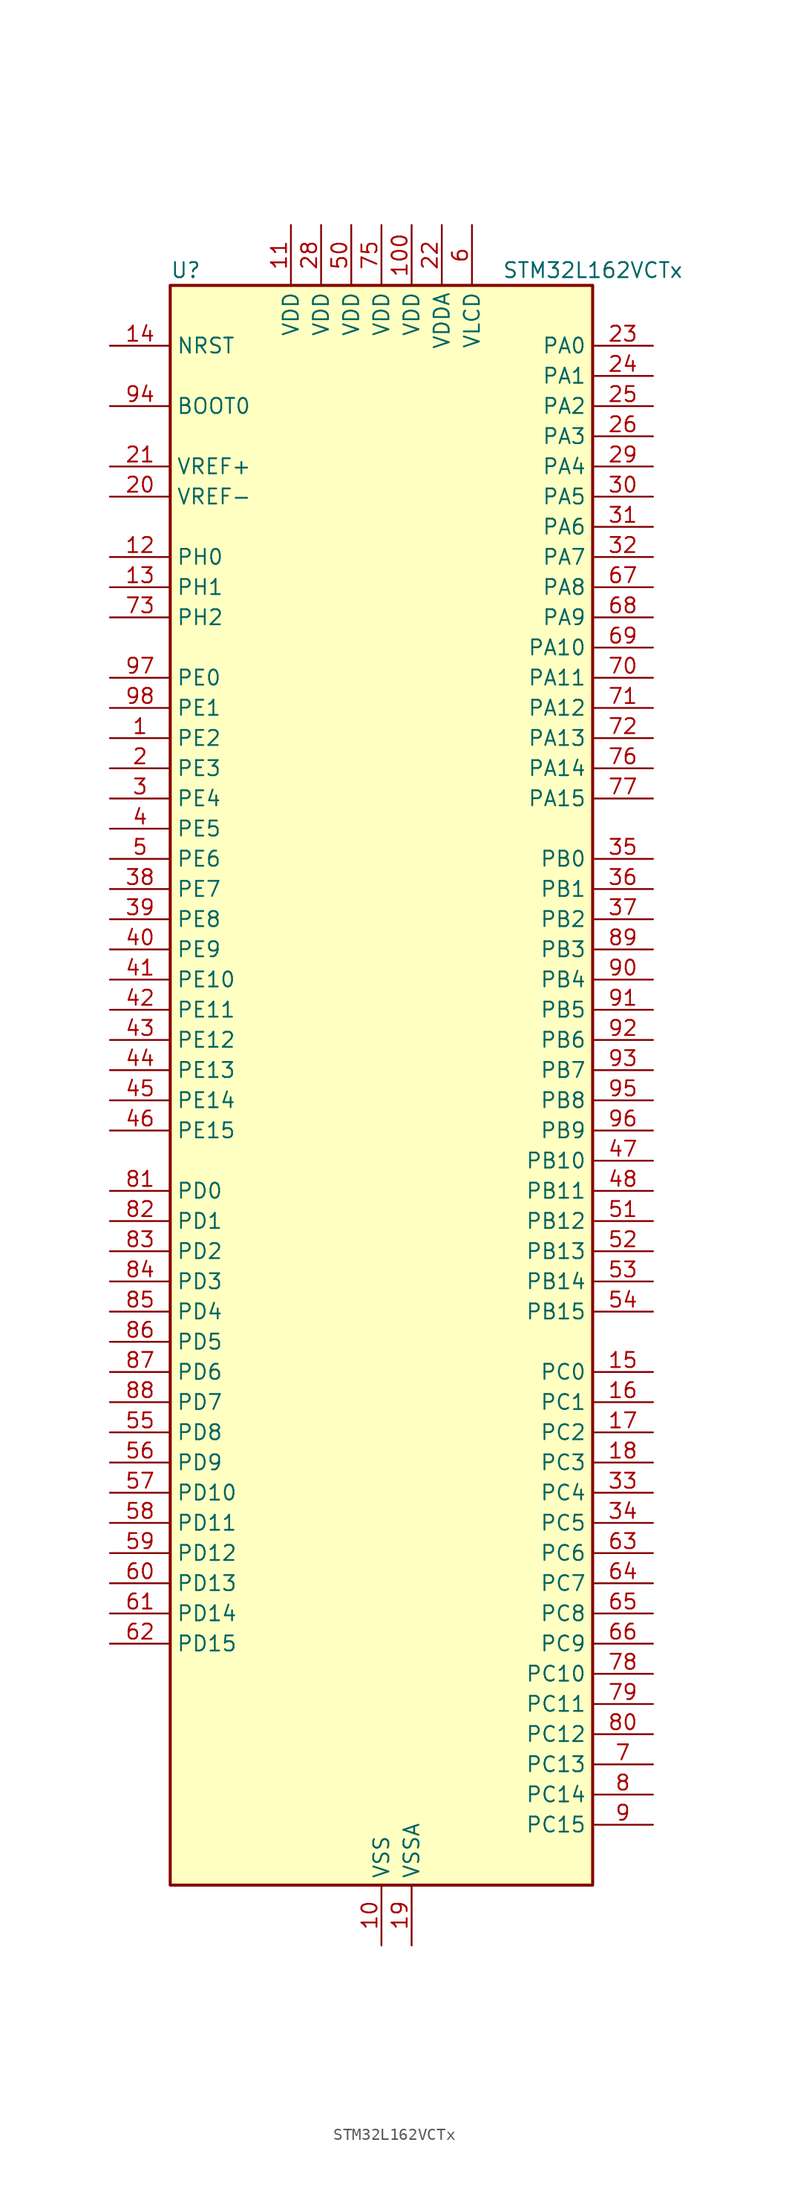
<source format=kicad_sym>
(kicad_symbol_lib
  (version 20241209)
  (generator "kicad_symbol_editor")
  (generator_version "9.0")
  (symbol "STM32L162VCTx"
    (property "Reference" "U"
      (at -17.78 69.85 0)
      (effects (font (size 1.27 1.27)) (justify left)))
    (property "Value" "STM32L162VCTx"
      (at 10.16 69.85 0)
      (effects (font (size 1.27 1.27)) (justify left)))
    (symbol "STM32L162VCTx_0_1"
      (rectangle (start -17.78 -66.04) (end 17.78 68.58) (stroke (width 0.254) (type default)) (fill (type background))))
    (symbol "STM32L162VCTx_1_1"
      (pin input line (at -22.86 63.5 0) (length 5.08) (name "NRST" (effects (font (size 1.27 1.27)))) (number "14" (effects (font (size 1.27 1.27)))))
      (pin input line (at -22.86 58.42 0) (length 5.08) (name "BOOT0" (effects (font (size 1.27 1.27)))) (number "94" (effects (font (size 1.27 1.27)))))
      (pin input line (at -22.86 53.34 0) (length 5.08) (name "VREF+" (effects (font (size 1.27 1.27)))) (number "21" (effects (font (size 1.27 1.27)))))
      (pin input line (at -22.86 50.8 0) (length 5.08) (name "VREF-" (effects (font (size 1.27 1.27)))) (number "20" (effects (font (size 1.27 1.27)))))
      (pin bidirectional line (at -22.86 45.72 0) (length 5.08) (name "PH0" (effects (font (size 1.27 1.27)))) (number "12" (effects (font (size 1.27 1.27)))) (alternate "RCC_OSC_IN" bidirectional line))
      (pin bidirectional line (at -22.86 43.18 0) (length 5.08) (name "PH1" (effects (font (size 1.27 1.27)))) (number "13" (effects (font (size 1.27 1.27)))) (alternate "RCC_OSC_OUT" bidirectional line))
      (pin bidirectional line (at -22.86 40.64 0) (length 5.08) (name "PH2" (effects (font (size 1.27 1.27)))) (number "73" (effects (font (size 1.27 1.27)))))
      (pin bidirectional line (at -22.86 35.56 0) (length 5.08) (name "PE0" (effects (font (size 1.27 1.27)))) (number "97" (effects (font (size 1.27 1.27)))) (alternate "LCD_SEG36" bidirectional line) (alternate "TIM10_CH1" bidirectional line) (alternate "TIM4_ETR" bidirectional line) (alternate "TIMX_IC1" bidirectional line))
      (pin bidirectional line (at -22.86 33.02 0) (length 5.08) (name "PE1" (effects (font (size 1.27 1.27)))) (number "98" (effects (font (size 1.27 1.27)))) (alternate "LCD_SEG37" bidirectional line) (alternate "TIM11_CH1" bidirectional line) (alternate "TIMX_IC2" bidirectional line))
      (pin bidirectional line (at -22.86 30.48 0) (length 5.08) (name "PE2" (effects (font (size 1.27 1.27)))) (number "1" (effects (font (size 1.27 1.27)))) (alternate "LCD_SEG38" bidirectional line) (alternate "SYS_TRACECK" bidirectional line) (alternate "TIM3_ETR" bidirectional line) (alternate "TIMX_IC3" bidirectional line))
      (pin bidirectional line (at -22.86 27.94 0) (length 5.08) (name "PE3" (effects (font (size 1.27 1.27)))) (number "2" (effects (font (size 1.27 1.27)))) (alternate "LCD_SEG39" bidirectional line) (alternate "SYS_TRACED0" bidirectional line) (alternate "TIM3_CH1" bidirectional line) (alternate "TIMX_IC4" bidirectional line))
      (pin bidirectional line (at -22.86 25.4 0) (length 5.08) (name "PE4" (effects (font (size 1.27 1.27)))) (number "3" (effects (font (size 1.27 1.27)))) (alternate "SYS_TRACED1" bidirectional line) (alternate "TIM3_CH2" bidirectional line) (alternate "TIMX_IC1" bidirectional line))
      (pin bidirectional line (at -22.86 22.86 0) (length 5.08) (name "PE5" (effects (font (size 1.27 1.27)))) (number "4" (effects (font (size 1.27 1.27)))) (alternate "SYS_TRACED2" bidirectional line) (alternate "TIM9_CH1" bidirectional line) (alternate "TIMX_IC2" bidirectional line))
      (pin bidirectional line (at -22.86 20.32 0) (length 5.08) (name "PE6" (effects (font (size 1.27 1.27)))) (number "5" (effects (font (size 1.27 1.27)))) (alternate "RTC_TAMP3" bidirectional line) (alternate "SYS_TRACED3" bidirectional line) (alternate "SYS_WKUP3" bidirectional line) (alternate "TIM9_CH2" bidirectional line) (alternate "TIMX_IC3" bidirectional line))
      (pin bidirectional line (at -22.86 17.78 0) (length 5.08) (name "PE7" (effects (font (size 1.27 1.27)))) (number "38" (effects (font (size 1.27 1.27)))) (alternate "ADC_IN22" bidirectional line) (alternate "COMP1_INP" bidirectional line) (alternate "TIMX_IC4" bidirectional line))
      (pin bidirectional line (at -22.86 15.24 0) (length 5.08) (name "PE8" (effects (font (size 1.27 1.27)))) (number "39" (effects (font (size 1.27 1.27)))) (alternate "ADC_IN23" bidirectional line) (alternate "COMP1_INP" bidirectional line) (alternate "TIMX_IC1" bidirectional line))
      (pin bidirectional line (at -22.86 12.7 0) (length 5.08) (name "PE9" (effects (font (size 1.27 1.27)))) (number "40" (effects (font (size 1.27 1.27)))) (alternate "ADC_IN24" bidirectional line) (alternate "COMP1_INP" bidirectional line) (alternate "DAC_EXTI9" bidirectional line) (alternate "TIM2_CH1" bidirectional line) (alternate "TIM2_ETR" bidirectional line) (alternate "TIM5_ETR" bidirectional line) (alternate "TIMX_IC2" bidirectional line))
      (pin bidirectional line (at -22.86 10.16 0) (length 5.08) (name "PE10" (effects (font (size 1.27 1.27)))) (number "41" (effects (font (size 1.27 1.27)))) (alternate "ADC_IN25" bidirectional line) (alternate "COMP1_INP" bidirectional line) (alternate "TIM2_CH2" bidirectional line) (alternate "TIMX_IC3" bidirectional line))
      (pin bidirectional line (at -22.86 7.62 0) (length 5.08) (name "PE11" (effects (font (size 1.27 1.27)))) (number "42" (effects (font (size 1.27 1.27)))) (alternate "ADC_EXTI11" bidirectional line) (alternate "TIM2_CH3" bidirectional line) (alternate "TIMX_IC4" bidirectional line))
      (pin bidirectional line (at -22.86 5.08 0) (length 5.08) (name "PE12" (effects (font (size 1.27 1.27)))) (number "43" (effects (font (size 1.27 1.27)))) (alternate "SPI1_NSS" bidirectional line) (alternate "TIM2_CH4" bidirectional line) (alternate "TIMX_IC1" bidirectional line))
      (pin bidirectional line (at -22.86 2.54 0) (length 5.08) (name "PE13" (effects (font (size 1.27 1.27)))) (number "44" (effects (font (size 1.27 1.27)))) (alternate "SPI1_SCK" bidirectional line) (alternate "TIMX_IC2" bidirectional line))
      (pin bidirectional line (at -22.86 0 0) (length 5.08) (name "PE14" (effects (font (size 1.27 1.27)))) (number "45" (effects (font (size 1.27 1.27)))) (alternate "SPI1_MISO" bidirectional line) (alternate "TIMX_IC3" bidirectional line))
      (pin bidirectional line (at -22.86 -2.54 0) (length 5.08) (name "PE15" (effects (font (size 1.27 1.27)))) (number "46" (effects (font (size 1.27 1.27)))) (alternate "ADC_EXTI15" bidirectional line) (alternate "SPI1_MOSI" bidirectional line) (alternate "TIMX_IC4" bidirectional line))
      (pin bidirectional line (at -22.86 -7.62 0) (length 5.08) (name "PD0" (effects (font (size 1.27 1.27)))) (number "81" (effects (font (size 1.27 1.27)))) (alternate "I2S2_WS" bidirectional line) (alternate "SPI2_NSS" bidirectional line) (alternate "TIM9_CH1" bidirectional line) (alternate "TIMX_IC1" bidirectional line))
      (pin bidirectional line (at -22.86 -10.16 0) (length 5.08) (name "PD1" (effects (font (size 1.27 1.27)))) (number "82" (effects (font (size 1.27 1.27)))) (alternate "I2S2_CK" bidirectional line) (alternate "SPI2_SCK" bidirectional line) (alternate "TIMX_IC2" bidirectional line))
      (pin bidirectional line (at -22.86 -12.7 0) (length 5.08) (name "PD2" (effects (font (size 1.27 1.27)))) (number "83" (effects (font (size 1.27 1.27)))) (alternate "LCD_COM7" bidirectional line) (alternate "LCD_SEG31" bidirectional line) (alternate "LCD_SEG43" bidirectional line) (alternate "TIM3_ETR" bidirectional line) (alternate "TIMX_IC3" bidirectional line))
      (pin bidirectional line (at -22.86 -15.24 0) (length 5.08) (name "PD3" (effects (font (size 1.27 1.27)))) (number "84" (effects (font (size 1.27 1.27)))) (alternate "SPI2_MISO" bidirectional line) (alternate "TIMX_IC4" bidirectional line) (alternate "USART2_CTS" bidirectional line))
      (pin bidirectional line (at -22.86 -17.78 0) (length 5.08) (name "PD4" (effects (font (size 1.27 1.27)))) (number "85" (effects (font (size 1.27 1.27)))) (alternate "I2S2_SD" bidirectional line) (alternate "SPI2_MOSI" bidirectional line) (alternate "TIMX_IC1" bidirectional line) (alternate "USART2_RTS" bidirectional line))
      (pin bidirectional line (at -22.86 -20.32 0) (length 5.08) (name "PD5" (effects (font (size 1.27 1.27)))) (number "86" (effects (font (size 1.27 1.27)))) (alternate "TIMX_IC2" bidirectional line) (alternate "USART2_TX" bidirectional line))
      (pin bidirectional line (at -22.86 -22.86 0) (length 5.08) (name "PD6" (effects (font (size 1.27 1.27)))) (number "87" (effects (font (size 1.27 1.27)))) (alternate "TIMX_IC3" bidirectional line) (alternate "USART2_RX" bidirectional line))
      (pin bidirectional line (at -22.86 -25.4 0) (length 5.08) (name "PD7" (effects (font (size 1.27 1.27)))) (number "88" (effects (font (size 1.27 1.27)))) (alternate "TIM9_CH2" bidirectional line) (alternate "TIMX_IC4" bidirectional line) (alternate "USART2_CK" bidirectional line))
      (pin bidirectional line (at -22.86 -27.94 0) (length 5.08) (name "PD8" (effects (font (size 1.27 1.27)))) (number "55" (effects (font (size 1.27 1.27)))) (alternate "LCD_SEG28" bidirectional line) (alternate "TIMX_IC1" bidirectional line) (alternate "USART3_TX" bidirectional line))
      (pin bidirectional line (at -22.86 -30.48 0) (length 5.08) (name "PD9" (effects (font (size 1.27 1.27)))) (number "56" (effects (font (size 1.27 1.27)))) (alternate "DAC_EXTI9" bidirectional line) (alternate "LCD_SEG29" bidirectional line) (alternate "TIMX_IC2" bidirectional line) (alternate "USART3_RX" bidirectional line))
      (pin bidirectional line (at -22.86 -33.02 0) (length 5.08) (name "PD10" (effects (font (size 1.27 1.27)))) (number "57" (effects (font (size 1.27 1.27)))) (alternate "LCD_SEG30" bidirectional line) (alternate "TIMX_IC3" bidirectional line) (alternate "USART3_CK" bidirectional line))
      (pin bidirectional line (at -22.86 -35.56 0) (length 5.08) (name "PD11" (effects (font (size 1.27 1.27)))) (number "58" (effects (font (size 1.27 1.27)))) (alternate "ADC_EXTI11" bidirectional line) (alternate "LCD_SEG31" bidirectional line) (alternate "TIMX_IC4" bidirectional line) (alternate "USART3_CTS" bidirectional line))
      (pin bidirectional line (at -22.86 -38.1 0) (length 5.08) (name "PD12" (effects (font (size 1.27 1.27)))) (number "59" (effects (font (size 1.27 1.27)))) (alternate "LCD_SEG32" bidirectional line) (alternate "TIM4_CH1" bidirectional line) (alternate "TIMX_IC1" bidirectional line) (alternate "USART3_RTS" bidirectional line))
      (pin bidirectional line (at -22.86 -40.64 0) (length 5.08) (name "PD13" (effects (font (size 1.27 1.27)))) (number "60" (effects (font (size 1.27 1.27)))) (alternate "LCD_SEG33" bidirectional line) (alternate "TIM4_CH2" bidirectional line) (alternate "TIMX_IC2" bidirectional line))
      (pin bidirectional line (at -22.86 -43.18 0) (length 5.08) (name "PD14" (effects (font (size 1.27 1.27)))) (number "61" (effects (font (size 1.27 1.27)))) (alternate "LCD_SEG34" bidirectional line) (alternate "TIM4_CH3" bidirectional line) (alternate "TIMX_IC3" bidirectional line))
      (pin bidirectional line (at -22.86 -45.72 0) (length 5.08) (name "PD15" (effects (font (size 1.27 1.27)))) (number "62" (effects (font (size 1.27 1.27)))) (alternate "ADC_EXTI15" bidirectional line) (alternate "LCD_SEG35" bidirectional line) (alternate "TIM4_CH4" bidirectional line) (alternate "TIMX_IC4" bidirectional line))
      (pin power_in line (at -7.62 73.66 270) (length 5.08) (name "VDD" (effects (font (size 1.27 1.27)))) (number "11" (effects (font (size 1.27 1.27)))))
      (pin power_in line (at -5.08 73.66 270) (length 5.08) (name "VDD" (effects (font (size 1.27 1.27)))) (number "28" (effects (font (size 1.27 1.27)))))
      (pin power_in line (at -2.54 73.66 270) (length 5.08) (name "VDD" (effects (font (size 1.27 1.27)))) (number "50" (effects (font (size 1.27 1.27)))))
      (pin power_in line (at 0 73.66 270) (length 5.08) (name "VDD" (effects (font (size 1.27 1.27)))) (number "75" (effects (font (size 1.27 1.27)))))
      (pin power_in line (at 0 -71.12 90) (length 5.08) (name "VSS" (effects (font (size 1.27 1.27)))) (number "10" (effects (font (size 1.27 1.27)))))
      (pin passive line (at 0 -71.12 90) (length 5.08) (hide yes) (name "VSS" (effects (font (size 1.27 1.27)))) (number "27" (effects (font (size 1.27 1.27)))))
      (pin passive line (at 0 -71.12 90) (length 5.08) (hide yes) (name "VSS" (effects (font (size 1.27 1.27)))) (number "49" (effects (font (size 1.27 1.27)))))
      (pin passive line (at 0 -71.12 90) (length 5.08) (hide yes) (name "VSS" (effects (font (size 1.27 1.27)))) (number "74" (effects (font (size 1.27 1.27)))))
      (pin passive line (at 0 -71.12 90) (length 5.08) (hide yes) (name "VSS" (effects (font (size 1.27 1.27)))) (number "99" (effects (font (size 1.27 1.27)))))
      (pin power_in line (at 2.54 73.66 270) (length 5.08) (name "VDD" (effects (font (size 1.27 1.27)))) (number "100" (effects (font (size 1.27 1.27)))))
      (pin power_in line (at 2.54 -71.12 90) (length 5.08) (name "VSSA" (effects (font (size 1.27 1.27)))) (number "19" (effects (font (size 1.27 1.27)))))
      (pin power_in line (at 5.08 73.66 270) (length 5.08) (name "VDDA" (effects (font (size 1.27 1.27)))) (number "22" (effects (font (size 1.27 1.27)))))
      (pin power_in line (at 7.62 73.66 270) (length 5.08) (name "VLCD" (effects (font (size 1.27 1.27)))) (number "6" (effects (font (size 1.27 1.27)))))
      (pin bidirectional line (at 22.86 63.5 180) (length 5.08) (name "PA0" (effects (font (size 1.27 1.27)))) (number "23" (effects (font (size 1.27 1.27)))) (alternate "ADC_IN0" bidirectional line) (alternate "COMP1_INP" bidirectional line) (alternate "RTC_TAMP2" bidirectional line) (alternate "SYS_WKUP1" bidirectional line) (alternate "TIM2_CH1" bidirectional line) (alternate "TIM2_ETR" bidirectional line) (alternate "TIM5_CH1" bidirectional line) (alternate "TIMX_IC1" bidirectional line) (alternate "TS_G1_IO1" bidirectional line) (alternate "USART2_CTS" bidirectional line))
      (pin bidirectional line (at 22.86 60.96 180) (length 5.08) (name "PA1" (effects (font (size 1.27 1.27)))) (number "24" (effects (font (size 1.27 1.27)))) (alternate "ADC_IN1" bidirectional line) (alternate "COMP1_INP" bidirectional line) (alternate "LCD_SEG0" bidirectional line) (alternate "OPAMP1_VINP" bidirectional line) (alternate "TIM2_CH2" bidirectional line) (alternate "TIM5_CH2" bidirectional line) (alternate "TIMX_IC2" bidirectional line) (alternate "TS_G1_IO2" bidirectional line) (alternate "USART2_RTS" bidirectional line))
      (pin bidirectional line (at 22.86 58.42 180) (length 5.08) (name "PA2" (effects (font (size 1.27 1.27)))) (number "25" (effects (font (size 1.27 1.27)))) (alternate "ADC_IN2" bidirectional line) (alternate "COMP1_INP" bidirectional line) (alternate "LCD_SEG1" bidirectional line) (alternate "OPAMP1_VINM" bidirectional line) (alternate "TIM2_CH3" bidirectional line) (alternate "TIM5_CH3" bidirectional line) (alternate "TIM9_CH1" bidirectional line) (alternate "TIMX_IC3" bidirectional line) (alternate "TS_G1_IO3" bidirectional line) (alternate "USART2_TX" bidirectional line))
      (pin bidirectional line (at 22.86 55.88 180) (length 5.08) (name "PA3" (effects (font (size 1.27 1.27)))) (number "26" (effects (font (size 1.27 1.27)))) (alternate "ADC_IN3" bidirectional line) (alternate "COMP1_INP" bidirectional line) (alternate "LCD_SEG2" bidirectional line) (alternate "OPAMP1_VOUT" bidirectional line) (alternate "TIM2_CH4" bidirectional line) (alternate "TIM5_CH4" bidirectional line) (alternate "TIM9_CH2" bidirectional line) (alternate "TIMX_IC4" bidirectional line) (alternate "TS_G1_IO4" bidirectional line) (alternate "USART2_RX" bidirectional line))
      (pin bidirectional line (at 22.86 53.34 180) (length 5.08) (name "PA4" (effects (font (size 1.27 1.27)))) (number "29" (effects (font (size 1.27 1.27)))) (alternate "ADC_IN4" bidirectional line) (alternate "COMP1_INP" bidirectional line) (alternate "DAC_OUT1" bidirectional line) (alternate "I2S3_WS" bidirectional line) (alternate "SPI1_NSS" bidirectional line) (alternate "SPI3_NSS" bidirectional line) (alternate "TIMX_IC1" bidirectional line) (alternate "USART2_CK" bidirectional line))
      (pin bidirectional line (at 22.86 50.8 180) (length 5.08) (name "PA5" (effects (font (size 1.27 1.27)))) (number "30" (effects (font (size 1.27 1.27)))) (alternate "ADC_IN5" bidirectional line) (alternate "COMP1_INP" bidirectional line) (alternate "DAC_OUT2" bidirectional line) (alternate "SPI1_SCK" bidirectional line) (alternate "TIM2_CH1" bidirectional line) (alternate "TIM2_ETR" bidirectional line) (alternate "TIMX_IC2" bidirectional line))
      (pin bidirectional line (at 22.86 48.26 180) (length 5.08) (name "PA6" (effects (font (size 1.27 1.27)))) (number "31" (effects (font (size 1.27 1.27)))) (alternate "ADC_IN6" bidirectional line) (alternate "COMP1_INP" bidirectional line) (alternate "LCD_SEG3" bidirectional line) (alternate "OPAMP2_VINP" bidirectional line) (alternate "SPI1_MISO" bidirectional line) (alternate "TIM10_CH1" bidirectional line) (alternate "TIM3_CH1" bidirectional line) (alternate "TIMX_IC3" bidirectional line) (alternate "TS_G2_IO1" bidirectional line))
      (pin bidirectional line (at 22.86 45.72 180) (length 5.08) (name "PA7" (effects (font (size 1.27 1.27)))) (number "32" (effects (font (size 1.27 1.27)))) (alternate "ADC_IN7" bidirectional line) (alternate "COMP1_INP" bidirectional line) (alternate "LCD_SEG4" bidirectional line) (alternate "OPAMP2_VINM" bidirectional line) (alternate "SPI1_MOSI" bidirectional line) (alternate "TIM11_CH1" bidirectional line) (alternate "TIM3_CH2" bidirectional line) (alternate "TIMX_IC4" bidirectional line) (alternate "TS_G2_IO2" bidirectional line))
      (pin bidirectional line (at 22.86 43.18 180) (length 5.08) (name "PA8" (effects (font (size 1.27 1.27)))) (number "67" (effects (font (size 1.27 1.27)))) (alternate "LCD_COM0" bidirectional line) (alternate "RCC_MCO" bidirectional line) (alternate "TIMX_IC1" bidirectional line) (alternate "TS_G4_IO1" bidirectional line) (alternate "USART1_CK" bidirectional line))
      (pin bidirectional line (at 22.86 40.64 180) (length 5.08) (name "PA9" (effects (font (size 1.27 1.27)))) (number "68" (effects (font (size 1.27 1.27)))) (alternate "DAC_EXTI9" bidirectional line) (alternate "LCD_COM1" bidirectional line) (alternate "TIMX_IC2" bidirectional line) (alternate "TS_G4_IO2" bidirectional line) (alternate "USART1_TX" bidirectional line))
      (pin bidirectional line (at 22.86 38.1 180) (length 5.08) (name "PA10" (effects (font (size 1.27 1.27)))) (number "69" (effects (font (size 1.27 1.27)))) (alternate "LCD_COM2" bidirectional line) (alternate "TIMX_IC3" bidirectional line) (alternate "TS_G4_IO3" bidirectional line) (alternate "USART1_RX" bidirectional line))
      (pin bidirectional line (at 22.86 35.56 180) (length 5.08) (name "PA11" (effects (font (size 1.27 1.27)))) (number "70" (effects (font (size 1.27 1.27)))) (alternate "ADC_EXTI11" bidirectional line) (alternate "SPI1_MISO" bidirectional line) (alternate "TIMX_IC4" bidirectional line) (alternate "USART1_CTS" bidirectional line) (alternate "USB_DM" bidirectional line))
      (pin bidirectional line (at 22.86 33.02 180) (length 5.08) (name "PA12" (effects (font (size 1.27 1.27)))) (number "71" (effects (font (size 1.27 1.27)))) (alternate "SPI1_MOSI" bidirectional line) (alternate "TIMX_IC1" bidirectional line) (alternate "USART1_RTS" bidirectional line) (alternate "USB_DP" bidirectional line))
      (pin bidirectional line (at 22.86 30.48 180) (length 5.08) (name "PA13" (effects (font (size 1.27 1.27)))) (number "72" (effects (font (size 1.27 1.27)))) (alternate "SYS_JTMS-SWDIO" bidirectional line) (alternate "TIMX_IC2" bidirectional line) (alternate "TS_G5_IO1" bidirectional line))
      (pin bidirectional line (at 22.86 27.94 180) (length 5.08) (name "PA14" (effects (font (size 1.27 1.27)))) (number "76" (effects (font (size 1.27 1.27)))) (alternate "SYS_JTCK-SWCLK" bidirectional line) (alternate "TIMX_IC3" bidirectional line) (alternate "TS_G5_IO2" bidirectional line))
      (pin bidirectional line (at 22.86 25.4 180) (length 5.08) (name "PA15" (effects (font (size 1.27 1.27)))) (number "77" (effects (font (size 1.27 1.27)))) (alternate "ADC_EXTI15" bidirectional line) (alternate "I2S3_WS" bidirectional line) (alternate "LCD_SEG17" bidirectional line) (alternate "SPI1_NSS" bidirectional line) (alternate "SPI3_NSS" bidirectional line) (alternate "SYS_JTDI" bidirectional line) (alternate "TIM2_CH1" bidirectional line) (alternate "TIM2_ETR" bidirectional line) (alternate "TIMX_IC4" bidirectional line) (alternate "TS_G5_IO3" bidirectional line))
      (pin bidirectional line (at 22.86 20.32 180) (length 5.08) (name "PB0" (effects (font (size 1.27 1.27)))) (number "35" (effects (font (size 1.27 1.27)))) (alternate "ADC_IN8" bidirectional line) (alternate "COMP1_INP" bidirectional line) (alternate "LCD_SEG5" bidirectional line) (alternate "OPAMP2_VOUT" bidirectional line) (alternate "SYS_V_REF_OUT" bidirectional line) (alternate "TIM3_CH3" bidirectional line) (alternate "TS_G3_IO1" bidirectional line))
      (pin bidirectional line (at 22.86 17.78 180) (length 5.08) (name "PB1" (effects (font (size 1.27 1.27)))) (number "36" (effects (font (size 1.27 1.27)))) (alternate "ADC_IN9" bidirectional line) (alternate "COMP1_INP" bidirectional line) (alternate "LCD_SEG6" bidirectional line) (alternate "SYS_V_REF_OUT" bidirectional line) (alternate "TIM3_CH4" bidirectional line) (alternate "TS_G3_IO2" bidirectional line))
      (pin bidirectional line (at 22.86 15.24 180) (length 5.08) (name "PB2" (effects (font (size 1.27 1.27)))) (number "37" (effects (font (size 1.27 1.27)))) (alternate "TS_G3_IO3" bidirectional line))
      (pin bidirectional line (at 22.86 12.7 180) (length 5.08) (name "PB3" (effects (font (size 1.27 1.27)))) (number "89" (effects (font (size 1.27 1.27)))) (alternate "COMP2_INM" bidirectional line) (alternate "I2S3_CK" bidirectional line) (alternate "LCD_SEG7" bidirectional line) (alternate "SPI1_SCK" bidirectional line) (alternate "SPI3_SCK" bidirectional line) (alternate "SYS_JTDO-TRACESWO" bidirectional line) (alternate "TIM2_CH2" bidirectional line))
      (pin bidirectional line (at 22.86 10.16 180) (length 5.08) (name "PB4" (effects (font (size 1.27 1.27)))) (number "90" (effects (font (size 1.27 1.27)))) (alternate "COMP2_INP" bidirectional line) (alternate "LCD_SEG8" bidirectional line) (alternate "SPI1_MISO" bidirectional line) (alternate "SPI3_MISO" bidirectional line) (alternate "SYS_JTRST" bidirectional line) (alternate "TIM3_CH1" bidirectional line) (alternate "TS_G6_IO1" bidirectional line))
      (pin bidirectional line (at 22.86 7.62 180) (length 5.08) (name "PB5" (effects (font (size 1.27 1.27)))) (number "91" (effects (font (size 1.27 1.27)))) (alternate "COMP2_INP" bidirectional line) (alternate "I2C1_SMBA" bidirectional line) (alternate "I2S3_SD" bidirectional line) (alternate "LCD_SEG9" bidirectional line) (alternate "SPI1_MOSI" bidirectional line) (alternate "SPI3_MOSI" bidirectional line) (alternate "TIM3_CH2" bidirectional line) (alternate "TS_G6_IO2" bidirectional line))
      (pin bidirectional line (at 22.86 5.08 180) (length 5.08) (name "PB6" (effects (font (size 1.27 1.27)))) (number "92" (effects (font (size 1.27 1.27)))) (alternate "COMP2_INP" bidirectional line) (alternate "I2C1_SCL" bidirectional line) (alternate "TIM4_CH1" bidirectional line) (alternate "TS_G6_IO3" bidirectional line) (alternate "USART1_TX" bidirectional line))
      (pin bidirectional line (at 22.86 2.54 180) (length 5.08) (name "PB7" (effects (font (size 1.27 1.27)))) (number "93" (effects (font (size 1.27 1.27)))) (alternate "COMP2_INP" bidirectional line) (alternate "I2C1_SDA" bidirectional line) (alternate "SYS_PVD_IN" bidirectional line) (alternate "TIM4_CH2" bidirectional line) (alternate "TS_G6_IO4" bidirectional line) (alternate "USART1_RX" bidirectional line))
      (pin bidirectional line (at 22.86 0 180) (length 5.08) (name "PB8" (effects (font (size 1.27 1.27)))) (number "95" (effects (font (size 1.27 1.27)))) (alternate "I2C1_SCL" bidirectional line) (alternate "LCD_SEG16" bidirectional line) (alternate "TIM10_CH1" bidirectional line) (alternate "TIM4_CH3" bidirectional line))
      (pin bidirectional line (at 22.86 -2.54 180) (length 5.08) (name "PB9" (effects (font (size 1.27 1.27)))) (number "96" (effects (font (size 1.27 1.27)))) (alternate "DAC_EXTI9" bidirectional line) (alternate "I2C1_SDA" bidirectional line) (alternate "LCD_COM3" bidirectional line) (alternate "TIM11_CH1" bidirectional line) (alternate "TIM4_CH4" bidirectional line))
      (pin bidirectional line (at 22.86 -5.08 180) (length 5.08) (name "PB10" (effects (font (size 1.27 1.27)))) (number "47" (effects (font (size 1.27 1.27)))) (alternate "I2C2_SCL" bidirectional line) (alternate "LCD_SEG10" bidirectional line) (alternate "TIM2_CH3" bidirectional line) (alternate "USART3_TX" bidirectional line))
      (pin bidirectional line (at 22.86 -7.62 180) (length 5.08) (name "PB11" (effects (font (size 1.27 1.27)))) (number "48" (effects (font (size 1.27 1.27)))) (alternate "ADC_EXTI11" bidirectional line) (alternate "I2C2_SDA" bidirectional line) (alternate "LCD_SEG11" bidirectional line) (alternate "TIM2_CH4" bidirectional line) (alternate "USART3_RX" bidirectional line))
      (pin bidirectional line (at 22.86 -10.16 180) (length 5.08) (name "PB12" (effects (font (size 1.27 1.27)))) (number "51" (effects (font (size 1.27 1.27)))) (alternate "ADC_IN18" bidirectional line) (alternate "COMP1_INP" bidirectional line) (alternate "I2C2_SMBA" bidirectional line) (alternate "I2S2_WS" bidirectional line) (alternate "LCD_SEG12" bidirectional line) (alternate "SPI2_NSS" bidirectional line) (alternate "TIM10_CH1" bidirectional line) (alternate "TS_G7_IO1" bidirectional line) (alternate "USART3_CK" bidirectional line))
      (pin bidirectional line (at 22.86 -12.7 180) (length 5.08) (name "PB13" (effects (font (size 1.27 1.27)))) (number "52" (effects (font (size 1.27 1.27)))) (alternate "ADC_IN19" bidirectional line) (alternate "COMP1_INP" bidirectional line) (alternate "I2S2_CK" bidirectional line) (alternate "LCD_SEG13" bidirectional line) (alternate "SPI2_SCK" bidirectional line) (alternate "TIM9_CH1" bidirectional line) (alternate "TS_G7_IO2" bidirectional line) (alternate "USART3_CTS" bidirectional line))
      (pin bidirectional line (at 22.86 -15.24 180) (length 5.08) (name "PB14" (effects (font (size 1.27 1.27)))) (number "53" (effects (font (size 1.27 1.27)))) (alternate "ADC_IN20" bidirectional line) (alternate "COMP1_INP" bidirectional line) (alternate "LCD_SEG14" bidirectional line) (alternate "SPI2_MISO" bidirectional line) (alternate "TIM9_CH2" bidirectional line) (alternate "TS_G7_IO3" bidirectional line) (alternate "USART3_RTS" bidirectional line))
      (pin bidirectional line (at 22.86 -17.78 180) (length 5.08) (name "PB15" (effects (font (size 1.27 1.27)))) (number "54" (effects (font (size 1.27 1.27)))) (alternate "ADC_EXTI15" bidirectional line) (alternate "ADC_IN21" bidirectional line) (alternate "COMP1_INP" bidirectional line) (alternate "I2S2_SD" bidirectional line) (alternate "LCD_SEG15" bidirectional line) (alternate "RTC_REFIN" bidirectional line) (alternate "SPI2_MOSI" bidirectional line) (alternate "TIM11_CH1" bidirectional line) (alternate "TS_G7_IO4" bidirectional line))
      (pin bidirectional line (at 22.86 -22.86 180) (length 5.08) (name "PC0" (effects (font (size 1.27 1.27)))) (number "15" (effects (font (size 1.27 1.27)))) (alternate "ADC_IN10" bidirectional line) (alternate "COMP1_INP" bidirectional line) (alternate "LCD_SEG18" bidirectional line) (alternate "TIMX_IC1" bidirectional line) (alternate "TS_G8_IO1" bidirectional line))
      (pin bidirectional line (at 22.86 -25.4 180) (length 5.08) (name "PC1" (effects (font (size 1.27 1.27)))) (number "16" (effects (font (size 1.27 1.27)))) (alternate "ADC_IN11" bidirectional line) (alternate "COMP1_INP" bidirectional line) (alternate "LCD_SEG19" bidirectional line) (alternate "TIMX_IC2" bidirectional line) (alternate "TS_G8_IO2" bidirectional line))
      (pin bidirectional line (at 22.86 -27.94 180) (length 5.08) (name "PC2" (effects (font (size 1.27 1.27)))) (number "17" (effects (font (size 1.27 1.27)))) (alternate "ADC_IN12" bidirectional line) (alternate "COMP1_INP" bidirectional line) (alternate "LCD_SEG20" bidirectional line) (alternate "TIMX_IC3" bidirectional line) (alternate "TS_G8_IO3" bidirectional line))
      (pin bidirectional line (at 22.86 -30.48 180) (length 5.08) (name "PC3" (effects (font (size 1.27 1.27)))) (number "18" (effects (font (size 1.27 1.27)))) (alternate "ADC_IN13" bidirectional line) (alternate "COMP1_INP" bidirectional line) (alternate "LCD_SEG21" bidirectional line) (alternate "TIMX_IC4" bidirectional line) (alternate "TS_G8_IO4" bidirectional line))
      (pin bidirectional line (at 22.86 -33.02 180) (length 5.08) (name "PC4" (effects (font (size 1.27 1.27)))) (number "33" (effects (font (size 1.27 1.27)))) (alternate "ADC_IN14" bidirectional line) (alternate "COMP1_INP" bidirectional line) (alternate "LCD_SEG22" bidirectional line) (alternate "TIMX_IC1" bidirectional line) (alternate "TS_G9_IO1" bidirectional line))
      (pin bidirectional line (at 22.86 -35.56 180) (length 5.08) (name "PC5" (effects (font (size 1.27 1.27)))) (number "34" (effects (font (size 1.27 1.27)))) (alternate "ADC_IN15" bidirectional line) (alternate "COMP1_INP" bidirectional line) (alternate "LCD_SEG23" bidirectional line) (alternate "TIMX_IC2" bidirectional line) (alternate "TS_G9_IO2" bidirectional line))
      (pin bidirectional line (at 22.86 -38.1 180) (length 5.08) (name "PC6" (effects (font (size 1.27 1.27)))) (number "63" (effects (font (size 1.27 1.27)))) (alternate "I2S2_MCK" bidirectional line) (alternate "LCD_SEG24" bidirectional line) (alternate "TIM3_CH1" bidirectional line) (alternate "TIMX_IC3" bidirectional line) (alternate "TS_G10_IO1" bidirectional line))
      (pin bidirectional line (at 22.86 -40.64 180) (length 5.08) (name "PC7" (effects (font (size 1.27 1.27)))) (number "64" (effects (font (size 1.27 1.27)))) (alternate "I2S3_MCK" bidirectional line) (alternate "LCD_SEG25" bidirectional line) (alternate "TIM3_CH2" bidirectional line) (alternate "TIMX_IC4" bidirectional line) (alternate "TS_G10_IO2" bidirectional line))
      (pin bidirectional line (at 22.86 -43.18 180) (length 5.08) (name "PC8" (effects (font (size 1.27 1.27)))) (number "65" (effects (font (size 1.27 1.27)))) (alternate "LCD_SEG26" bidirectional line) (alternate "TIM3_CH3" bidirectional line) (alternate "TIMX_IC1" bidirectional line) (alternate "TS_G10_IO3" bidirectional line))
      (pin bidirectional line (at 22.86 -45.72 180) (length 5.08) (name "PC9" (effects (font (size 1.27 1.27)))) (number "66" (effects (font (size 1.27 1.27)))) (alternate "DAC_EXTI9" bidirectional line) (alternate "LCD_SEG27" bidirectional line) (alternate "TIM3_CH4" bidirectional line) (alternate "TIMX_IC2" bidirectional line) (alternate "TS_G10_IO4" bidirectional line))
      (pin bidirectional line (at 22.86 -48.26 180) (length 5.08) (name "PC10" (effects (font (size 1.27 1.27)))) (number "78" (effects (font (size 1.27 1.27)))) (alternate "I2S3_CK" bidirectional line) (alternate "LCD_COM4" bidirectional line) (alternate "LCD_SEG28" bidirectional line) (alternate "LCD_SEG40" bidirectional line) (alternate "SPI3_SCK" bidirectional line) (alternate "TIMX_IC3" bidirectional line) (alternate "USART3_TX" bidirectional line))
      (pin bidirectional line (at 22.86 -50.8 180) (length 5.08) (name "PC11" (effects (font (size 1.27 1.27)))) (number "79" (effects (font (size 1.27 1.27)))) (alternate "ADC_EXTI11" bidirectional line) (alternate "LCD_COM5" bidirectional line) (alternate "LCD_SEG29" bidirectional line) (alternate "LCD_SEG41" bidirectional line) (alternate "SPI3_MISO" bidirectional line) (alternate "TIMX_IC4" bidirectional line) (alternate "USART3_RX" bidirectional line))
      (pin bidirectional line (at 22.86 -53.34 180) (length 5.08) (name "PC12" (effects (font (size 1.27 1.27)))) (number "80" (effects (font (size 1.27 1.27)))) (alternate "I2S3_SD" bidirectional line) (alternate "LCD_COM6" bidirectional line) (alternate "LCD_SEG30" bidirectional line) (alternate "LCD_SEG42" bidirectional line) (alternate "SPI3_MOSI" bidirectional line) (alternate "TIMX_IC1" bidirectional line) (alternate "USART3_CK" bidirectional line))
      (pin bidirectional line (at 22.86 -55.88 180) (length 5.08) (name "PC13" (effects (font (size 1.27 1.27)))) (number "7" (effects (font (size 1.27 1.27)))) (alternate "RTC_OUT_ALARM" bidirectional line) (alternate "RTC_OUT_CALIB" bidirectional line) (alternate "RTC_TAMP1" bidirectional line) (alternate "RTC_TS" bidirectional line) (alternate "SYS_WKUP2" bidirectional line) (alternate "TIMX_IC2" bidirectional line))
      (pin bidirectional line (at 22.86 -58.42 180) (length 5.08) (name "PC14" (effects (font (size 1.27 1.27)))) (number "8" (effects (font (size 1.27 1.27)))) (alternate "RCC_OSC32_IN" bidirectional line) (alternate "TIMX_IC3" bidirectional line))
      (pin bidirectional line (at 22.86 -60.96 180) (length 5.08) (name "PC15" (effects (font (size 1.27 1.27)))) (number "9" (effects (font (size 1.27 1.27)))) (alternate "ADC_EXTI15" bidirectional line) (alternate "RCC_OSC32_OUT" bidirectional line) (alternate "TIMX_IC4" bidirectional line)))))
</source>
